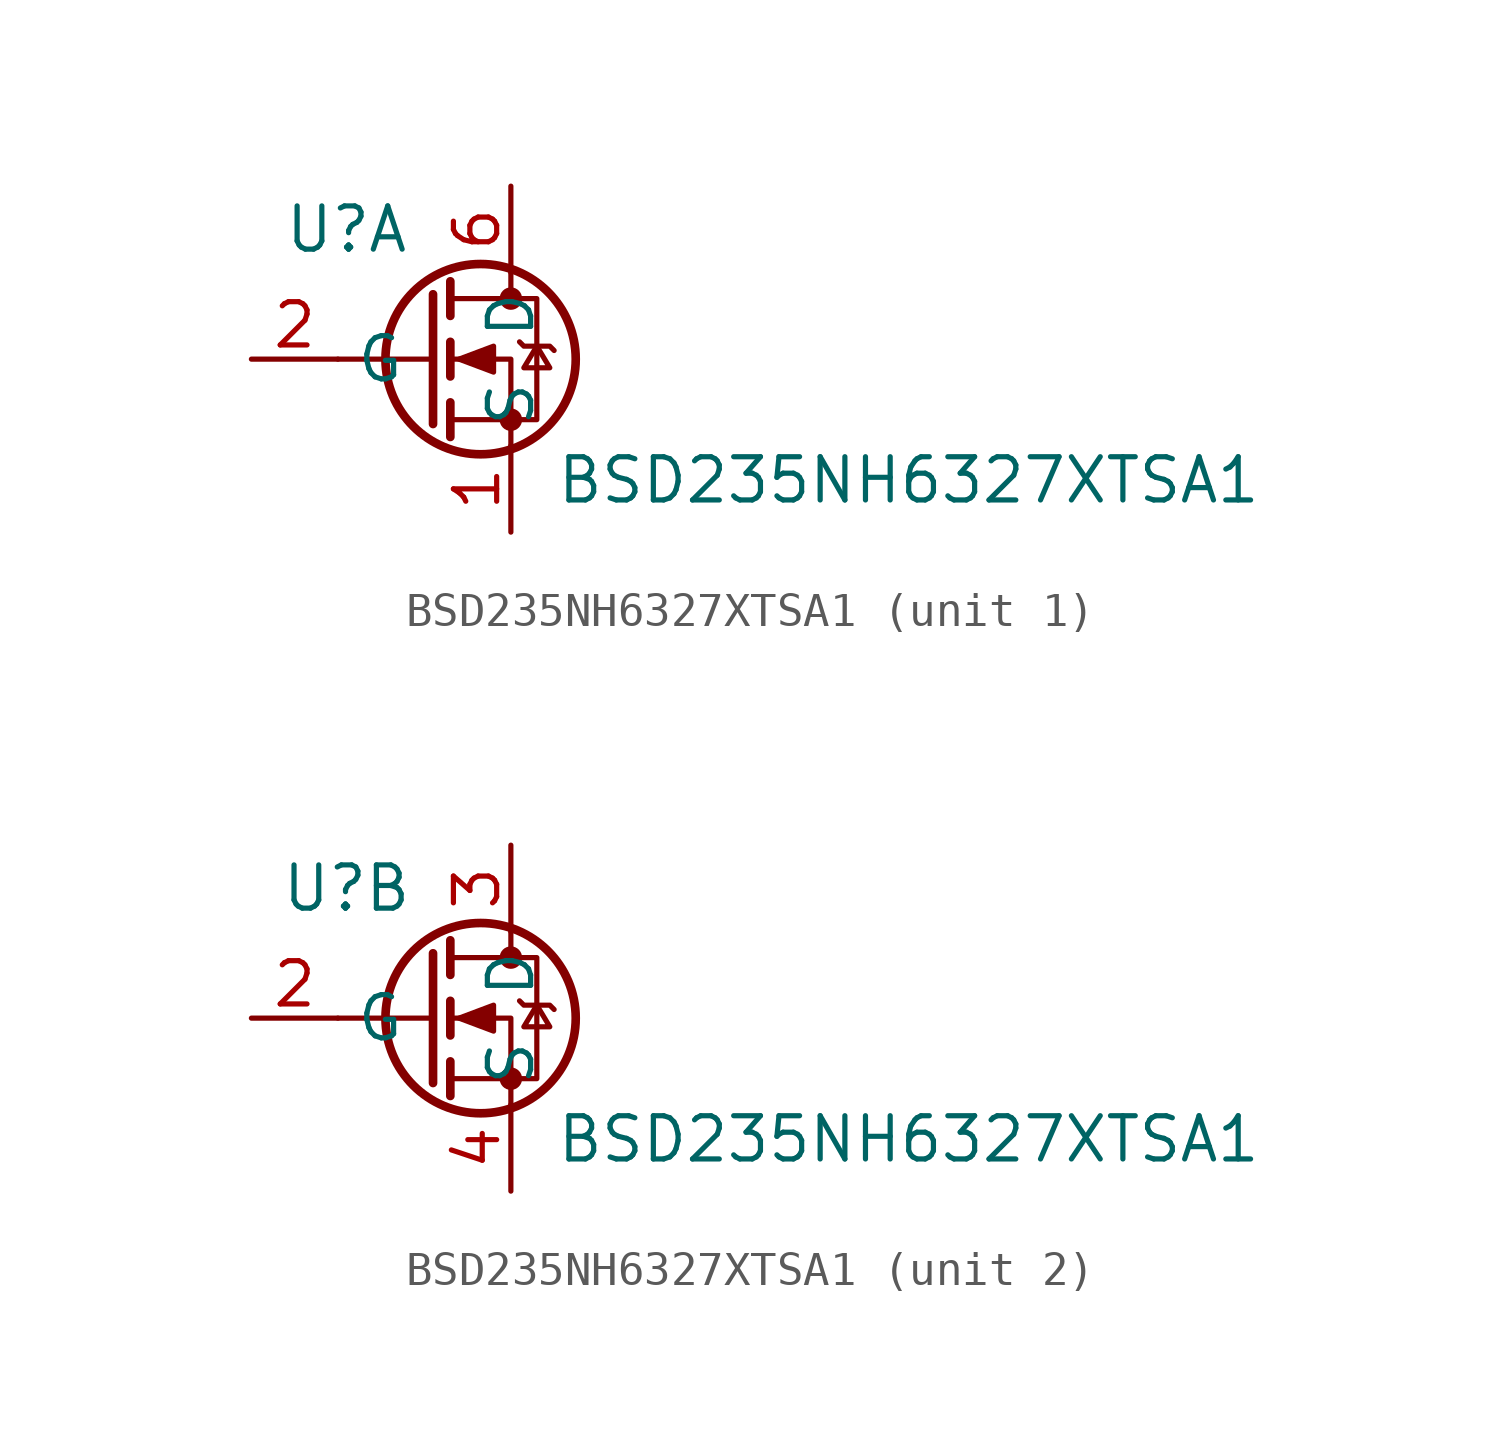
<source format=kicad_sym>
(kicad_symbol_lib
  (version 20231120)
  (generator "kicad_symbol_editor")
  (generator_version "8.0")
  (symbol "BSD235NH6327XTSA1"
    (property "Reference" "U"
      (at -4.826 3.81 0)
      (effects (font (size 1.27 1.27))))
    (property "Value" "BSD235NH6327XTSA1"
      (at 11.684 -3.556 0)
      (effects (font (size 1.27 1.27))))
    (property "ki_locked" ""
      (at 0 0 0)
      (effects (font (size 1.27 1.27))))
    (symbol "BSD235NH6327XTSA1_0_1"
      (circle (center -0.889 0) (radius 2.794) (stroke (width 0.254) (type default)) (fill (type none)))
      (circle (center 0 -1.778) (radius 0.254) (stroke (width 0) (type default)) (fill (type outline)))
      (polyline (pts (xy -2.286 0) (xy -5.08 0)) (stroke (width 0) (type default)) (fill (type none)))
      (polyline (pts (xy -2.286 1.905) (xy -2.286 -1.905)) (stroke (width 0.254) (type default)) (fill (type none)))
      (polyline (pts (xy -1.778 -1.27) (xy -1.778 -2.286)) (stroke (width 0.254) (type default)) (fill (type none)))
      (polyline (pts (xy -1.778 0.508) (xy -1.778 -0.508)) (stroke (width 0.254) (type default)) (fill (type none)))
      (polyline (pts (xy -1.778 2.286) (xy -1.778 1.27)) (stroke (width 0.254) (type default)) (fill (type none)))
      (polyline (pts (xy 0 2.54) (xy 0 1.778)) (stroke (width 0) (type default)) (fill (type none)))
      (polyline (pts (xy 0 -2.54) (xy 0 0) (xy -1.778 0)) (stroke (width 0) (type default)) (fill (type none)))
      (polyline (pts (xy -1.778 -1.778) (xy 0.762 -1.778) (xy 0.762 1.778) (xy -1.778 1.778)) (stroke (width 0) (type default)) (fill (type none)))
      (polyline (pts (xy -1.524 0) (xy -0.508 0.381) (xy -0.508 -0.381) (xy -1.524 0)) (stroke (width 0) (type default)) (fill (type outline)))
      (polyline (pts (xy 0.254 0.508) (xy 0.381 0.381) (xy 1.143 0.381) (xy 1.27 0.254)) (stroke (width 0) (type default)) (fill (type none)))
      (polyline (pts (xy 0.762 0.381) (xy 0.381 -0.254) (xy 1.143 -0.254) (xy 0.762 0.381)) (stroke (width 0) (type default)) (fill (type none)))
      (circle (center 0 1.778) (radius 0.254) (stroke (width 0) (type default)) (fill (type outline))))
    (symbol "BSD235NH6327XTSA1_1_1"
      (pin passive line (at 0 -5.08 90) (length 2.54) (name "S" (effects (font (size 1.27 1.27)))) (number "1" (effects (font (size 1.27 1.27)))))
      (pin input line (at -7.62 0 0) (length 2.54) (name "G" (effects (font (size 1.27 1.27)))) (number "2" (effects (font (size 1.27 1.27)))))
      (pin passive line (at 0 5.08 270) (length 2.54) (name "D" (effects (font (size 1.27 1.27)))) (number "6" (effects (font (size 1.27 1.27))))))
    (symbol "BSD235NH6327XTSA1_2_1"
      (pin input line (at -7.62 0 0) (length 2.54) (name "G" (effects (font (size 1.27 1.27)))) (number "2" (effects (font (size 1.27 1.27)))))
      (pin passive line (at 0 5.08 270) (length 2.54) (name "D" (effects (font (size 1.27 1.27)))) (number "3" (effects (font (size 1.27 1.27)))))
      (pin passive line (at 0 -5.08 90) (length 2.54) (name "S" (effects (font (size 1.27 1.27)))) (number "4" (effects (font (size 1.27 1.27))))))))
</source>
